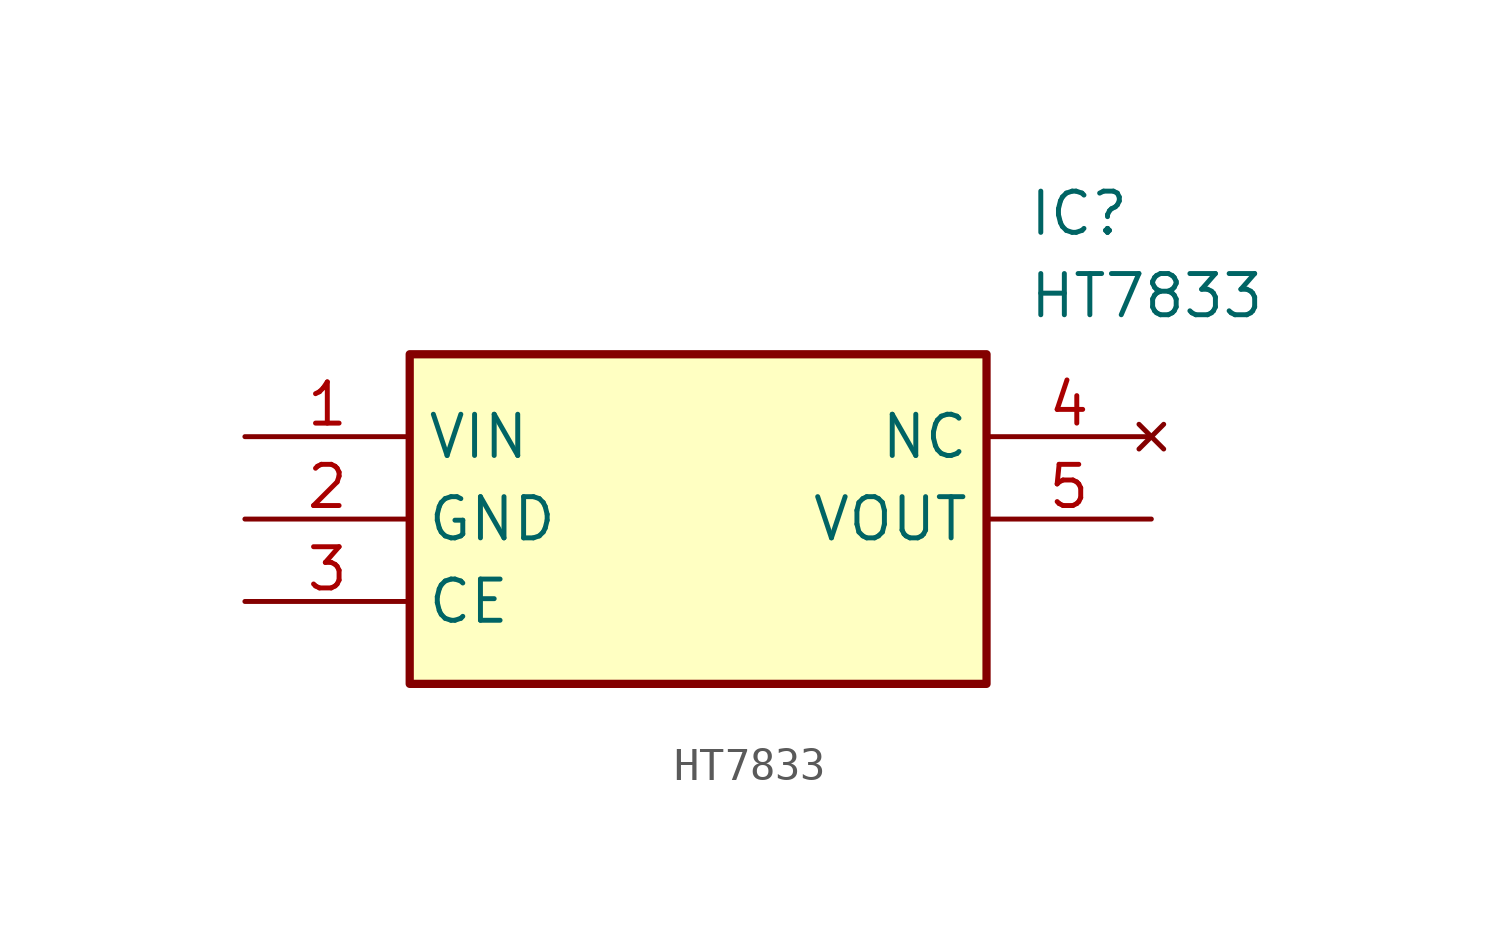
<source format=kicad_sym>
(kicad_symbol_lib
  (version 20211014)
  (generator SamacSys_ECAD_Model)
  (symbol "HT7833"
    (property "Reference" "IC"
      (at 24.13 7.62 0)
      (effects (font (size 1.27 1.27)) (justify left top)))
    (property "Value" "HT7833"
      (at 24.13 5.08 0)
      (effects (font (size 1.27 1.27)) (justify left top)))
    (rectangle
      (start 5.08 2.54)
      (end 22.86 -7.62)
      (stroke (width 0.254) (type default))
      (fill (type background)))
    (pin passive line
      (at 0 0 0)
      (length 5.08)
      (name "VIN" (effects (font (size 1.27 1.27))))
      (number "1" (effects (font (size 1.27 1.27)))))
    (pin passive line
      (at 0 -2.54 0)
      (length 5.08)
      (name "GND" (effects (font (size 1.27 1.27))))
      (number "2" (effects (font (size 1.27 1.27)))))
    (pin passive line
      (at 0 -5.08 0)
      (length 5.08)
      (name "CE" (effects (font (size 1.27 1.27))))
      (number "3" (effects (font (size 1.27 1.27)))))
    (pin no_connect line
      (at 27.94 0 180)
      (length 5.08)
      (name "NC" (effects (font (size 1.27 1.27))))
      (number "4" (effects (font (size 1.27 1.27)))))
    (pin passive line
      (at 27.94 -2.54 180)
      (length 5.08)
      (name "VOUT" (effects (font (size 1.27 1.27))))
      (number "5" (effects (font (size 1.27 1.27)))))))
</source>
